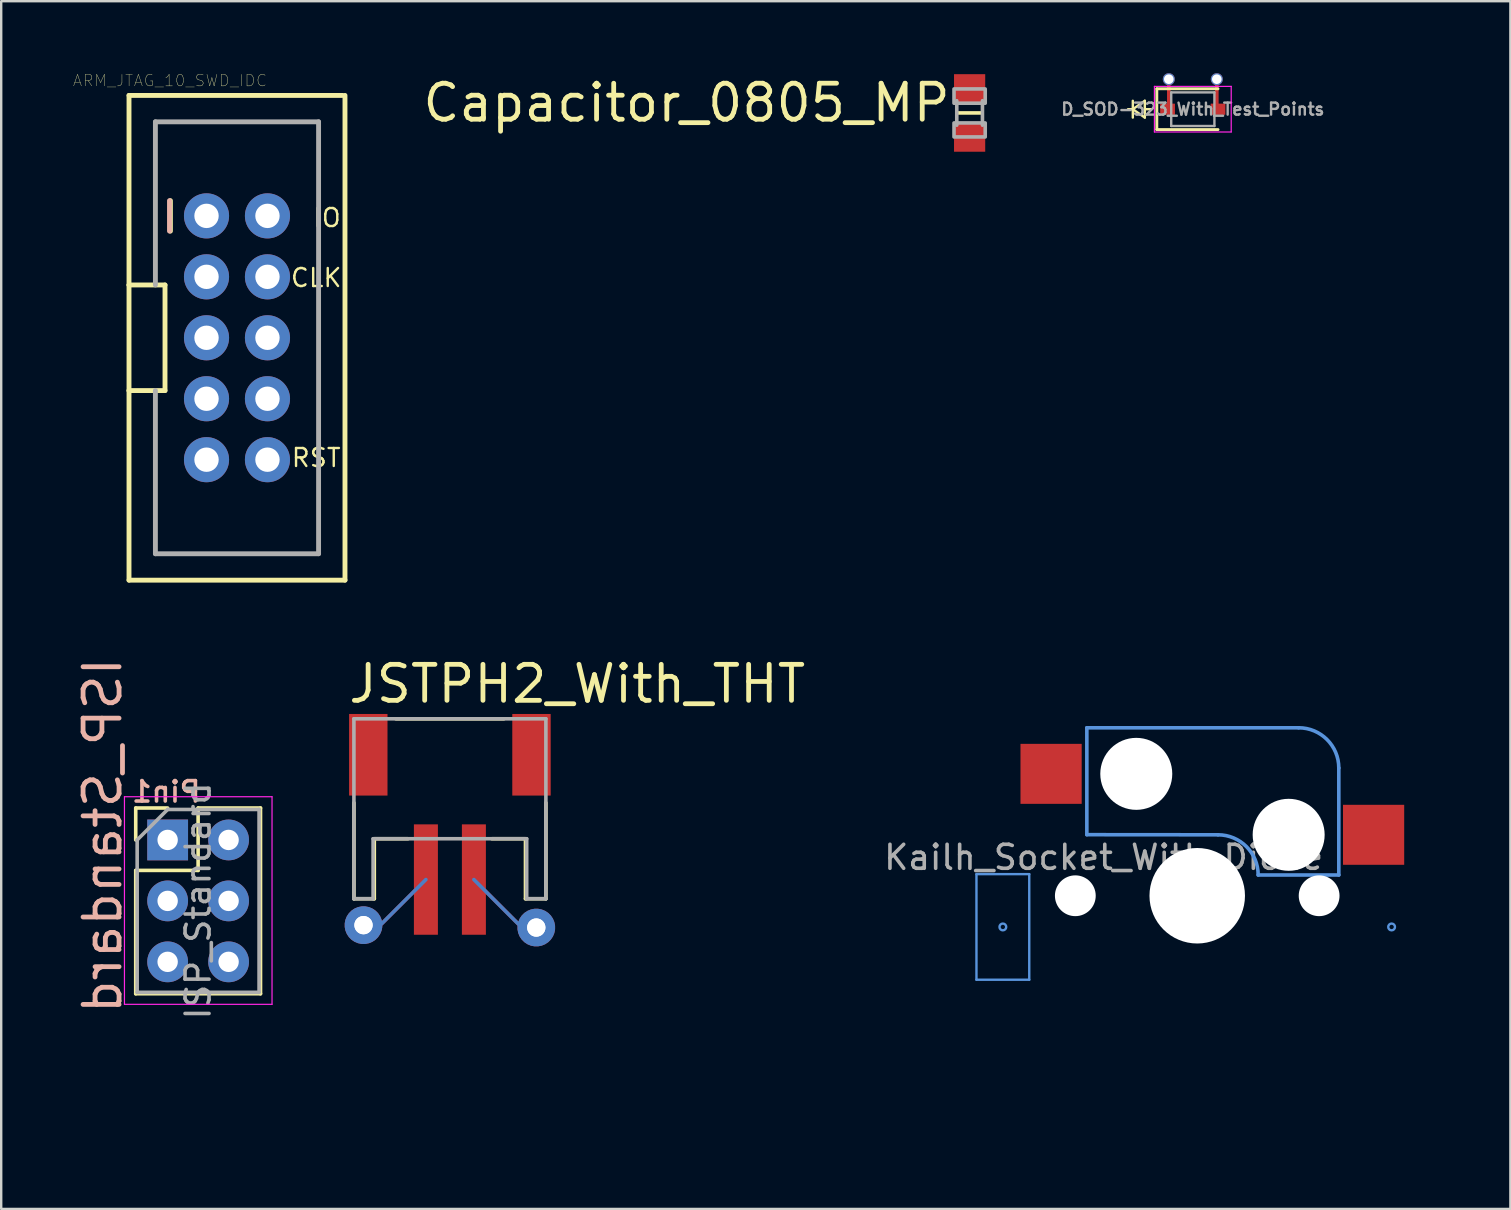
<source format=kicad_pcb>
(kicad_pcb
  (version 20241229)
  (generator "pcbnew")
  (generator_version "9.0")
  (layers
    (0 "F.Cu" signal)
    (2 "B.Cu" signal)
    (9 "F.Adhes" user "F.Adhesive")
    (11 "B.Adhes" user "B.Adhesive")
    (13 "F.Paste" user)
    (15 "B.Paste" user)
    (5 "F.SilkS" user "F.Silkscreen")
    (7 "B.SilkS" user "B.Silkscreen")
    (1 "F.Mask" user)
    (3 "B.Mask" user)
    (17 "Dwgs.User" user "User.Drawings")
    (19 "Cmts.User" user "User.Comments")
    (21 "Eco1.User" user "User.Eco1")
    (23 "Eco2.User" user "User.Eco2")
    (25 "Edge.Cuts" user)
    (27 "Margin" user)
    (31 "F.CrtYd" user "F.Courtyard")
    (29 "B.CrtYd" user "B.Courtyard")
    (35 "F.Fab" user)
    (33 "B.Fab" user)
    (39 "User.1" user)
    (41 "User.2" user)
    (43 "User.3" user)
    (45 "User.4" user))
  (footprint "D_SOD-323_With_Test_Points"
    (layer "F.Cu")
    (at 46.657 1.5)
    (property "Reference" "D_SOD-323_With_Test_Points" (at 0 0 0) (layer "F.Fab") (effects (font (size 0.5 0.5) (thickness 0.1))))
    (attr smd)
    (fp_line (start -2.5 -0.35) (end -2.5 0.35) (stroke (width 0.1) (type solid)) (layer "F.SilkS"))
    (fp_line (start -2.5 0) (end -2.7 0) (stroke (width 0.1) (type solid)) (layer "F.SilkS"))
    (fp_line (start -2.5 0) (end -2 -0.35) (stroke (width 0.1) (type solid)) (layer "F.SilkS"))
    (fp_line (start -2 -0.35) (end -2 0.35) (stroke (width 0.1) (type solid)) (layer "F.SilkS"))
    (fp_line (start -2 0.35) (end -2.5 0) (stroke (width 0.1) (type solid)) (layer "F.SilkS"))
    (fp_line (start -2 0) (end -1.75 0) (stroke (width 0.1) (type solid)) (layer "F.SilkS"))
    (fp_line (start -1.5 -0.85) (end -1.5 0.85) (stroke (width 0.12) (type solid)) (layer "F.SilkS"))
    (fp_line (start -1.5 -0.85) (end 1.05 -0.85) (stroke (width 0.12) (type solid)) (layer "F.SilkS"))
    (fp_line (start -1.5 0.85) (end 1.05 0.85) (stroke (width 0.12) (type solid)) (layer "F.SilkS"))
    (fp_line (start -1.6 -0.95) (end -1.6 0.95) (stroke (width 0.05) (type solid)) (layer "F.CrtYd"))
    (fp_line (start -1.6 -0.95) (end 1.6 -0.95) (stroke (width 0.05) (type solid)) (layer "F.CrtYd"))
    (fp_line (start -1.6 0.95) (end 1.6 0.95) (stroke (width 0.05) (type solid)) (layer "F.CrtYd"))
    (fp_line (start 1.6 -0.95) (end 1.6 0.95) (stroke (width 0.05) (type solid)) (layer "F.CrtYd"))
    (fp_line (start -0.9 -0.7) (end 0.9 -0.7) (stroke (width 0.1) (type solid)) (layer "F.Fab"))
    (fp_line (start -0.9 0.7) (end -0.9 -0.7) (stroke (width 0.1) (type solid)) (layer "F.Fab"))
    (fp_line (start 0.9 -0.7) (end 0.9 0.7) (stroke (width 0.1) (type solid)) (layer "F.Fab"))
    (fp_line (start 0.9 0.7) (end -0.9 0.7) (stroke (width 0.1) (type solid)) (layer "F.Fab"))
    (pad "1" smd rect (at -1.05 0) (size 0.6 0.45) (layers "F.Cu" "F.Mask" "F.Paste"))
    (pad "1" smd custom (at -1.05 0) (size 0.6 0.45) (layers "F.Cu") (options (anchor rect)) (primitives (gr_circle (center 0.05 0) (end 0.05 0) (width 0.4) (fill no)) (gr_circle (center 0.05 -1.25) (end 0.05 -1.25) (width 0.4) (fill no)) (gr_line (start 0.05 -1.25) (end 0.05 0) (width 0.15))))
    (pad "1" thru_hole circle (at -1 -1.25) (size 0.5 0.5) (drill 0.4) (layers "*.Cu" "*.Mask"))
    (pad "2" thru_hole circle (at 1 -1.25) (size 0.5 0.5) (drill 0.4) (layers "*.Cu" "*.Mask"))
    (pad "2" smd rect (at 1.05 0) (size 0.6 0.45) (layers "F.Cu" "F.Mask" "F.Paste"))
    (pad "2" smd custom (at 1.05 0) (size 0.6 0.45) (layers "F.Cu") (options (anchor rect)) (primitives (gr_line (start -0.05 -1.25) (end -0.05 0) (width 0.15)) (gr_circle (center -0.05 -1.25) (end -0.05 -1.25) (width 0.4) (fill no)) (gr_circle (center -0.05 0) (end -0.05 0) (width 0.4) (fill no)))))
  (footprint "Kailh_Socket_With_Diode"
    (layer "F.Cu")
    (at 46.841 34.278)
    (property "Reference" "Kailh_Socket_With_Diode" (at -3.9 -1.6 0) (layer "F.Fab") (effects (font (size 1 1) (thickness 0.15))))
    (attr smd)
    (fp_line (start -9.2 -0.9) (end -7 -0.9) (stroke (width 0.1) (type solid)) (layer "Cmts.User"))
    (fp_line (start -9.2 3.5) (end -9.2 -0.9) (stroke (width 0.1) (type solid)) (layer "Cmts.User"))
    (fp_line (start -7 -0.9) (end -7 3.5) (stroke (width 0.1) (type solid)) (layer "Cmts.User"))
    (fp_line (start -7 3.5) (end -9.2 3.5) (stroke (width 0.1) (type solid)) (layer "Cmts.User"))
    (fp_line (start -4.6 -7) (end -4.6 -2.545) (stroke (width 0.15) (type solid)) (layer "Cmts.User"))
    (fp_line (start 0.865 -2.54) (end -4.6 -2.545) (stroke (width 0.15) (type solid)) (layer "Cmts.User"))
    (fp_line (start 4.225 -7) (end -4.6 -7) (stroke (width 0.15) (type solid)) (layer "Cmts.User"))
    (fp_line (start 5.9 -5.325) (end 5.9 -0.865) (stroke (width 0.15) (type solid)) (layer "Cmts.User"))
    (fp_line (start 5.9 -0.865) (end 2.54 -0.865) (stroke (width 0.15) (type solid)) (layer "Cmts.User"))
    (fp_arc (start 0.865 -2.54) (mid 2.049404 -2.049404) (end 2.54 -0.865) (stroke (width 0.15) (type solid)) (layer "Cmts.User"))
    (fp_arc (start 4.225001 -7) (mid 5.409405 -6.509403) (end 5.9 -5.324999) (stroke (width 0.15) (type solid)) (layer "Cmts.User"))
    (fp_circle (center -8.1 1.3) (end -7.959 1.3) (stroke (width 0.1) (type solid)) (fill no) (layer "Cmts.User"))
    (fp_circle (center 8.1 1.3) (end 8.241 1.3) (stroke (width 0.1) (type solid)) (fill no) (layer "Cmts.User"))
    (fp_line (start -10 -10) (end 10 -10) (stroke (width 0.1) (type solid)) (layer "Eco1.User"))
    (fp_line (start -10 10) (end -10 -10) (stroke (width 0.1) (type solid)) (layer "Eco1.User"))
    (fp_line (start -9 -9) (end 9 -9) (stroke (width 0.1) (type solid)) (layer "Eco1.User"))
    (fp_line (start -9 0) (end -9 -9) (stroke (width 0.1) (type solid)) (layer "Eco1.User"))
    (fp_line (start -9 9) (end -9 0) (stroke (width 0.1) (type solid)) (layer "Eco1.User"))
    (fp_line (start 9 -9) (end 9 9) (stroke (width 0.1) (type solid)) (layer "Eco1.User"))
    (fp_line (start 9 9) (end -9 9) (stroke (width 0.1) (type solid)) (layer "Eco1.User"))
    (fp_line (start 10 -10) (end 10 10) (stroke (width 0.1) (type solid)) (layer "Eco1.User"))
    (fp_line (start 10 10) (end -10 10) (stroke (width 0.1) (type solid)) (layer "Eco1.User"))
    (pad "" np_thru_hole circle (at -5.08 0) (size 1.7 1.7) (drill 1.7) (layers "*.Cu" "*.Mask"))
    (pad "" np_thru_hole circle (at -2.54 -5.08) (size 3 3) (drill 3) (layers "*.Cu" "*.Mask"))
    (pad "" np_thru_hole circle (at 0 0) (size 3.98 3.98) (drill 3.98) (layers "*.Cu" "*.Mask"))
    (pad "" np_thru_hole circle (at 3.81 -2.54) (size 3 3) (drill 3) (layers "*.Cu" "*.Mask"))
    (pad "" np_thru_hole circle (at 5.08 0) (size 1.7 1.7) (drill 1.7) (layers "*.Cu" "*.Mask"))
    (pad "1" smd rect (at 7.35 -2.54) (size 2.55 2.5) (layers "F.Cu" "F.Mask" "F.Paste"))
    (pad "2" smd rect (at -6.09 -5.08) (size 2.55 2.5) (layers "F.Cu" "F.Mask" "F.Paste")))
  (footprint "ARM_JTAG_10_SWD_IDC"
    (layer "F.Cu")
    (at 6.826 11.026)
    (property "Reference" "ARM_JTAG_10_SWD_IDC" (at -2.794 -10.719 180) (layer "F.SilkS") (effects (font (size 0.48 0.48) (thickness 0.015))))
    (attr through_hole)
    (fp_line (start -4.5 -10.1) (end 4.4 -10.1) (stroke (width 0.203) (type solid)) (layer "F.SilkS"))
    (fp_line (start -4.5 -2.2) (end -4.5 -10.1) (stroke (width 0.203) (type solid)) (layer "F.SilkS"))
    (fp_line (start -4.5 -2.2) (end -3 -2.2) (stroke (width 0.203) (type solid)) (layer "F.SilkS"))
    (fp_line (start -4.5 2.2) (end -4.5 -2.2) (stroke (width 0.203) (type solid)) (layer "F.SilkS"))
    (fp_line (start -4.5 10.1) (end -4.5 2.2) (stroke (width 0.203) (type solid)) (layer "F.SilkS"))
    (fp_line (start -3 -2.2) (end -3 2.2) (stroke (width 0.203) (type solid)) (layer "F.SilkS"))
    (fp_line (start -3 2.2) (end -4.5 2.2) (stroke (width 0.203) (type solid)) (layer "F.SilkS"))
    (fp_line (start -2.775 -5.715) (end -2.775 -4.445) (stroke (width 0.203) (type solid)) (layer "F.SilkS"))
    (fp_line (start 4.5 -10.1) (end 4.5 10.1) (stroke (width 0.203) (type solid)) (layer "F.SilkS"))
    (fp_line (start 4.5 10.1) (end -4.5 10.1) (stroke (width 0.203) (type solid)) (layer "F.SilkS"))
    (fp_line (start -2.813 -5.715) (end -2.813 -4.445) (stroke (width 0.203) (type solid)) (layer "B.SilkS"))
    (fp_line (start -3.4 -9) (end -3.4 -2.2) (stroke (width 0.203) (type solid)) (layer "F.Fab"))
    (fp_line (start -3.4 -9) (end 3.4 -9) (stroke (width 0.203) (type solid)) (layer "F.Fab"))
    (fp_line (start -3.4 9) (end -3.4 2.2) (stroke (width 0.203) (type solid)) (layer "F.Fab"))
    (fp_line (start -3.4 9) (end 3.4 9) (stroke (width 0.203) (type solid)) (layer "F.Fab"))
    (fp_line (start 3.4 -9) (end 3.4 9) (stroke (width 0.203) (type solid)) (layer "F.Fab"))
    (fp_poly (pts (xy -1.524 -5.334) (xy -1.016 -5.334) (xy -1.016 -4.826) (xy -1.524 -4.826)) (stroke (width 0.01) (type solid)) (fill no) (layer "F.Fab"))
    (fp_poly (pts (xy -1.524 -2.794) (xy -1.016 -2.794) (xy -1.016 -2.286) (xy -1.524 -2.286)) (stroke (width 0.01) (type solid)) (fill no) (layer "F.Fab"))
    (fp_poly (pts (xy -1.524 -0.254) (xy -1.016 -0.254) (xy -1.016 0.254) (xy -1.524 0.254)) (stroke (width 0.01) (type solid)) (fill no) (layer "F.Fab"))
    (fp_poly (pts (xy -1.524 2.286) (xy -1.016 2.286) (xy -1.016 2.794) (xy -1.524 2.794)) (stroke (width 0.01) (type solid)) (fill no) (layer "F.Fab"))
    (fp_poly (pts (xy -1.524 2.286) (xy -1.016 2.286) (xy -1.016 2.794) (xy -1.524 2.794)) (stroke (width 0.01) (type solid)) (fill no) (layer "F.Fab"))
    (fp_poly (pts (xy -1.524 4.826) (xy -1.016 4.826) (xy -1.016 5.334) (xy -1.524 5.334)) (stroke (width 0.01) (type solid)) (fill no) (layer "F.Fab"))
    (fp_poly (pts (xy 1.016 -5.334) (xy 1.524 -5.334) (xy 1.524 -4.826) (xy 1.016 -4.826)) (stroke (width 0.01) (type solid)) (fill no) (layer "F.Fab"))
    (fp_poly (pts (xy 1.016 -2.794) (xy 1.524 -2.794) (xy 1.524 -2.286) (xy 1.016 -2.286)) (stroke (width 0.01) (type solid)) (fill no) (layer "F.Fab"))
    (fp_poly (pts (xy 1.016 -0.254) (xy 1.524 -0.254) (xy 1.524 0.254) (xy 1.016 0.254)) (stroke (width 0.01) (type solid)) (fill no) (layer "F.Fab"))
    (fp_poly (pts (xy 1.016 2.286) (xy 1.524 2.286) (xy 1.524 2.794) (xy 1.016 2.794)) (stroke (width 0.01) (type solid)) (fill no) (layer "F.Fab"))
    (fp_poly (pts (xy 1.016 2.286) (xy 1.524 2.286) (xy 1.524 2.794) (xy 1.016 2.794)) (stroke (width 0.01) (type solid)) (fill no) (layer "F.Fab"))
    (fp_poly (pts (xy 1.016 4.826) (xy 1.524 4.826) (xy 1.524 5.334) (xy 1.016 5.334)) (stroke (width 0.01) (type solid)) (fill no) (layer "F.Fab"))
    (fp_text user "RST" (at 3.3 5 0) (layer "F.SilkS") (effects (font (size 0.75 0.75) (thickness 0.1))))
    (fp_text user "IO" (at 3.75 -5 0) (layer "F.SilkS") (effects (font (size 0.75 0.75) (thickness 0.1))))
    (fp_text user "CLK" (at 3.3 -2.5 0) (layer "F.SilkS") (effects (font (size 0.75 0.75) (thickness 0.1))))
    (pad "GND@1" thru_hole circle (at -1.27 -2.54) (size 1.88 1.88) (drill 1.016) (layers "*.Cu" "*.Mask"))
    (pad "GND@2" thru_hole circle (at -1.27 0) (size 1.88 1.88) (drill 1.016) (layers "*.Cu" "*.Mask"))
    (pad "GND@3" thru_hole circle (at -1.27 5.08) (size 1.88 1.88) (drill 1.016) (layers "*.Cu" "*.Mask"))
    (pad "RESET" thru_hole circle (at 1.27 5.08) (size 1.88 1.88) (drill 1.016) (layers "*.Cu" "*.Mask"))
    (pad "RXI" thru_hole circle (at -1.27 2.54) (size 1.88 1.88) (drill 1.016) (layers "*.Cu" "*.Mask"))
    (pad "SWCLK" thru_hole circle (at 1.27 -2.54) (size 1.88 1.88) (drill 1.016) (layers "*.Cu" "*.Mask"))
    (pad "SWDIO" thru_hole circle (at 1.27 -5.08) (size 1.88 1.88) (drill 1.016) (layers "*.Cu" "*.Mask"))
    (pad "SWO" thru_hole circle (at 1.27 0) (size 1.88 1.88) (drill 1.016) (layers "*.Cu" "*.Mask"))
    (pad "TXO" thru_hole circle (at 1.27 2.54) (size 1.88 1.88) (drill 1.016) (layers "*.Cu" "*.Mask"))
    (pad "VREF" thru_hole circle (at -1.27 -5.08) (size 1.88 1.88) (drill 1.016) (layers "*.Cu" "*.Mask")))
  (footprint "JSTPH2_With_THT"
    (layer "F.Cu")
    (at 15.698 29.903)
    (property "Reference" "JSTPH2_With_THT" (at -4.325 -3.575 0) (layer "F.SilkS") (effects (font (size 1.5 1.5) (thickness 0.2)) (justify left bottom)))
    (attr through_hole)
    (fp_line (start -4 4.5) (end -4 0.5) (stroke (width 0.15) (type solid)) (layer "F.SilkS"))
    (fp_line (start -3.15 2) (end -3.15 4.5) (stroke (width 0.15) (type solid)) (layer "F.SilkS"))
    (fp_line (start -3.15 4.5) (end -4 4.5) (stroke (width 0.15) (type solid)) (layer "F.SilkS"))
    (fp_line (start -2.25 -3) (end 2.25 -3) (stroke (width 0.15) (type solid)) (layer "F.SilkS"))
    (fp_line (start -1.75 2) (end -3.15 2) (stroke (width 0.15) (type solid)) (layer "F.SilkS"))
    (fp_line (start 3.15 2) (end 1.75 2) (stroke (width 0.15) (type solid)) (layer "F.SilkS"))
    (fp_line (start 3.15 4.5) (end 3.15 2) (stroke (width 0.15) (type solid)) (layer "F.SilkS"))
    (fp_line (start 4 0.5) (end 4 4.5) (stroke (width 0.15) (type solid)) (layer "F.SilkS"))
    (fp_line (start 4 4.5) (end 3.15 4.5) (stroke (width 0.15) (type solid)) (layer "F.SilkS"))
    (fp_line (start -4 -3) (end 4 -3) (stroke (width 0.15) (type solid)) (layer "F.Fab"))
    (fp_line (start -4 4.5) (end -4 -3) (stroke (width 0.15) (type solid)) (layer "F.Fab"))
    (fp_line (start -3.2 2) (end -3.2 4.5) (stroke (width 0.15) (type solid)) (layer "F.Fab"))
    (fp_line (start -3.2 4.5) (end -4 4.5) (stroke (width 0.15) (type solid)) (layer "F.Fab"))
    (fp_line (start 3.2 2) (end -3.2 2) (stroke (width 0.15) (type solid)) (layer "F.Fab"))
    (fp_line (start 3.2 4.5) (end 3.2 2) (stroke (width 0.15) (type solid)) (layer "F.Fab"))
    (fp_line (start 4 -3) (end 4 4.5) (stroke (width 0.15) (type solid)) (layer "F.Fab"))
    (fp_line (start 4 4.5) (end 3.2 4.5) (stroke (width 0.15) (type solid)) (layer "F.Fab"))
    (pad "1" thru_hole circle (at -3.6 5.6) (size 1.524 1.524) (drill 0.762) (layers "*.Cu" "*.Mask"))
    (pad "1" thru_hole custom (at -3.6 5.6) (size 1.524 1.524) (drill 0.762) (layers "F.Cu") (options (anchor circle)) (primitives (gr_circle (center 0 0) (end 0.412 0) (width 0.75) (fill no)) (gr_line (start 2.6 -1.9) (end 0.7 0) (width 0.15)) (gr_line (start 0.7 0) (end 0 0) (width 0.15))))
    (pad "1" smd rect (at -1 3.7) (size 1 4.6) (layers "F.Cu" "F.Mask" "F.Paste"))
    (pad "2" smd rect (at 1 3.7) (size 1 4.6) (layers "F.Cu" "F.Mask" "F.Paste"))
    (pad "2" thru_hole circle (at 3.6 5.7) (size 1.524 1.524) (drill 0.762) (layers "*.Cu" "*.Mask"))
    (pad "2" thru_hole custom (at 3.6 5.7) (size 1.524 1.524) (drill 0.762) (layers "F.Cu") (options (anchor circle)) (primitives (gr_circle (center 0 0) (end 0.412 0) (width 0.75) (fill no)) (gr_line (start -0.6 0) (end 0 0) (width 0.15)) (gr_line (start -2.6 -2) (end -0.6 0) (width 0.15))))
    (pad "NC1" smd rect (at -3.4 -1.5 90) (size 3.4 1.6) (layers "F.Cu" "F.Mask" "F.Paste"))
    (pad "NC2" smd rect (at 3.4 -1.5 90) (size 3.4 1.6) (layers "F.Cu" "F.Mask" "F.Paste")))
  (footprint "Capacitor_0805_MP"
    (layer "F.Cu")
    (at 37.356 1.657)
    (property "Reference" "Capacitor_0805_MP" (at -0.7 -1.3 180) (layer "F.SilkS") (effects (font (size 1.5 1.5) (thickness 0.2)) (justify right top)))
    (attr through_hole)
    (fp_line (start -0.508 0) (end 0.508 0) (stroke (width 0.15) (type solid)) (layer "F.SilkS"))
    (fp_line (start -0.535 0.51) (end -0.535 -0.51) (stroke (width 0.15) (type solid)) (layer "F.Fab"))
    (fp_line (start 0.535 0.51) (end 0.535 -0.51) (stroke (width 0.15) (type solid)) (layer "F.Fab"))
    (fp_poly (pts (xy 0.65 -0.406) (xy 0.65 -1) (xy -0.65 -1) (xy -0.65 -0.406)) (stroke (width 0.15) (type solid)) (fill no) (layer "F.Fab"))
    (fp_poly (pts (xy 0.65 1) (xy 0.65 0.417) (xy -0.65 0.417) (xy -0.65 1)) (stroke (width 0.15) (type solid)) (fill no) (layer "F.Fab"))
    (pad "1" smd rect (at 0 1.016 90) (size 1.2 1.3) (layers "F.Cu" "F.Mask" "F.Paste"))
    (pad "2" smd rect (at 0 -1.016 90) (size 1.2 1.3) (layers "F.Cu" "F.Mask" "F.Paste")))
  (footprint "ISP_Standard"
    (layer "F.Cu")
    (at 5.206 34.492)
    (property "Reference" "ISP_Standard" (at -3.978 -2.722 270) (layer "B.SilkS") (effects (font (size 1.5 1.5) (thickness 0.2)) (justify mirror)))
    (attr through_hole)
    (fp_line (start -2.6 -3.87) (end -1.27 -3.87) (stroke (width 0.15) (type solid)) (layer "F.SilkS"))
    (fp_line (start -2.6 -2.54) (end -2.6 -3.87) (stroke (width 0.15) (type solid)) (layer "F.SilkS"))
    (fp_line (start -2.6 -1.27) (end -2.6 3.87) (stroke (width 0.15) (type solid)) (layer "F.SilkS"))
    (fp_line (start -2.6 -1.27) (end 0 -1.27) (stroke (width 0.15) (type solid)) (layer "F.SilkS"))
    (fp_line (start -2.6 3.87) (end 2.6 3.87) (stroke (width 0.15) (type solid)) (layer "F.SilkS"))
    (fp_line (start 0 -3.87) (end 2.6 -3.87) (stroke (width 0.15) (type solid)) (layer "F.SilkS"))
    (fp_line (start 0 -1.27) (end 0 -3.87) (stroke (width 0.15) (type solid)) (layer "F.SilkS"))
    (fp_line (start 2.6 -3.87) (end 2.6 3.87) (stroke (width 0.15) (type solid)) (layer "F.SilkS"))
    (fp_line (start -3.07 -4.34) (end -3.07 4.31) (stroke (width 0.05) (type solid)) (layer "F.CrtYd"))
    (fp_line (start -3.07 4.31) (end 3.08 4.31) (stroke (width 0.05) (type solid)) (layer "F.CrtYd"))
    (fp_line (start 3.08 -4.34) (end -3.07 -4.34) (stroke (width 0.05) (type solid)) (layer "F.CrtYd"))
    (fp_line (start 3.08 4.31) (end 3.08 -4.34) (stroke (width 0.05) (type solid)) (layer "F.CrtYd"))
    (fp_line (start -2.54 -2.54) (end -1.27 -3.81) (stroke (width 0.15) (type solid)) (layer "F.Fab"))
    (fp_line (start -2.54 3.81) (end -2.54 -2.54) (stroke (width 0.15) (type solid)) (layer "F.Fab"))
    (fp_line (start -1.27 -3.81) (end 2.54 -3.81) (stroke (width 0.15) (type solid)) (layer "F.Fab"))
    (fp_line (start 2.54 -3.81) (end 2.54 3.81) (stroke (width 0.15) (type solid)) (layer "F.Fab"))
    (fp_line (start 2.54 3.81) (end -2.54 3.81) (stroke (width 0.15) (type solid)) (layer "F.Fab"))
    (fp_text user "Pin1" (at -1.328 -4.547 180) (layer "B.SilkS") (effects (font (size 0.85 0.85) (thickness 0.15)) (justify mirror)))
    (fp_text user "${REFERENCE}" (at 0 0 90) (layer "F.Fab") (effects (font (size 1 1) (thickness 0.15))))
    (pad "1" thru_hole rect (at -1.27 -2.54) (size 1.7 1.7) (drill 0.85) (layers "*.Cu" "*.Mask"))
    (pad "2" thru_hole oval (at 1.27 -2.54) (size 1.7 1.7) (drill 0.85) (layers "*.Cu" "*.Mask"))
    (pad "3" thru_hole oval (at -1.27 0) (size 1.7 1.7) (drill 0.85) (layers "*.Cu" "*.Mask"))
    (pad "4" thru_hole oval (at 1.27 0) (size 1.7 1.7) (drill 0.85) (layers "*.Cu" "*.Mask"))
    (pad "5" thru_hole oval (at -1.27 2.54) (size 1.7 1.7) (drill 0.85) (layers "*.Cu" "*.Mask"))
    (pad "6" thru_hole oval (at 1.27 2.54) (size 1.7 1.7) (drill 0.85) (layers "*.Cu" "*.Mask")))
  (gr_rect
    (start -3 -3)
    (end 59.891 47.328)
    (stroke (width 0.1) (type default))
    (fill no)
    (layer "Edge.Cuts")))
</source>
